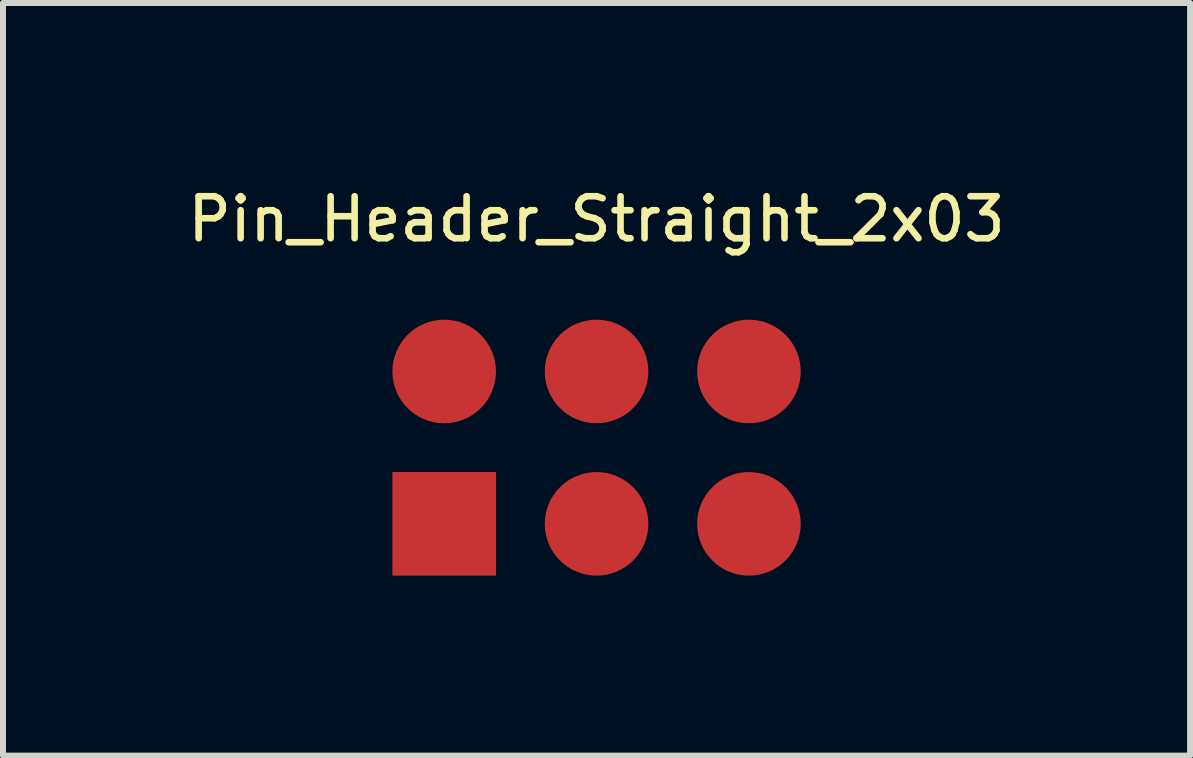
<source format=kicad_pcb>
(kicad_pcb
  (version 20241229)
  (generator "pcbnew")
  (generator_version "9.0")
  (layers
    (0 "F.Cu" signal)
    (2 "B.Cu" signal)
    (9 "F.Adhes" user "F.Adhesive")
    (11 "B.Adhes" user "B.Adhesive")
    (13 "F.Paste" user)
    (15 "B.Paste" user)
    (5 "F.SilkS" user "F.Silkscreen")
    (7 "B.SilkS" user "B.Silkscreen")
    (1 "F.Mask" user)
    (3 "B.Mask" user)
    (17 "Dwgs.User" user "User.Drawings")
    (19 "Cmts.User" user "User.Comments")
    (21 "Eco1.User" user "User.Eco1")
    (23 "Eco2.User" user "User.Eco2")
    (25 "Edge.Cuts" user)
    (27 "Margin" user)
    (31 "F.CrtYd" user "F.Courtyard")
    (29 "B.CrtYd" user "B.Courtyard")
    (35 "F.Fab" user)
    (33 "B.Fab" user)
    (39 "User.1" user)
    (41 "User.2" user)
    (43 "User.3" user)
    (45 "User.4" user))
  (footprint "Pin_Header_Straight_2x03"
    (layer "F.Cu")
    (at 6.895 4.413)
    (property "Reference" "Pin_Header_Straight_2x03" (at 0 -3.81 0) (layer "F.SilkS") (effects (font (size 0.7 0.7) (thickness 0.11))))
    (attr through_hole)
    (pad "1" smd rect (at -2.54 1.27) (size 1.727 1.727) (layers "F.Cu" "F.Mask" "F.Paste"))
    (pad "2" smd circle (at -2.54 -1.27) (size 1.727 1.727) (layers "F.Cu" "F.Mask" "F.Paste"))
    (pad "3" smd circle (at 0 1.27) (size 1.727 1.727) (layers "F.Cu" "F.Mask" "F.Paste"))
    (pad "4" smd circle (at 0 -1.27) (size 1.727 1.727) (layers "F.Cu" "F.Mask" "F.Paste"))
    (pad "5" smd circle (at 2.54 1.27) (size 1.727 1.727) (layers "F.Cu" "F.Mask" "F.Paste"))
    (pad "6" smd circle (at 2.54 -1.27) (size 1.727 1.727) (layers "F.Cu" "F.Mask" "F.Paste")))
  (gr_rect
    (start -3 -3)
    (end 16.79 9.546)
    (stroke (width 0.1) (type default))
    (fill no)
    (layer "Edge.Cuts")))
</source>
